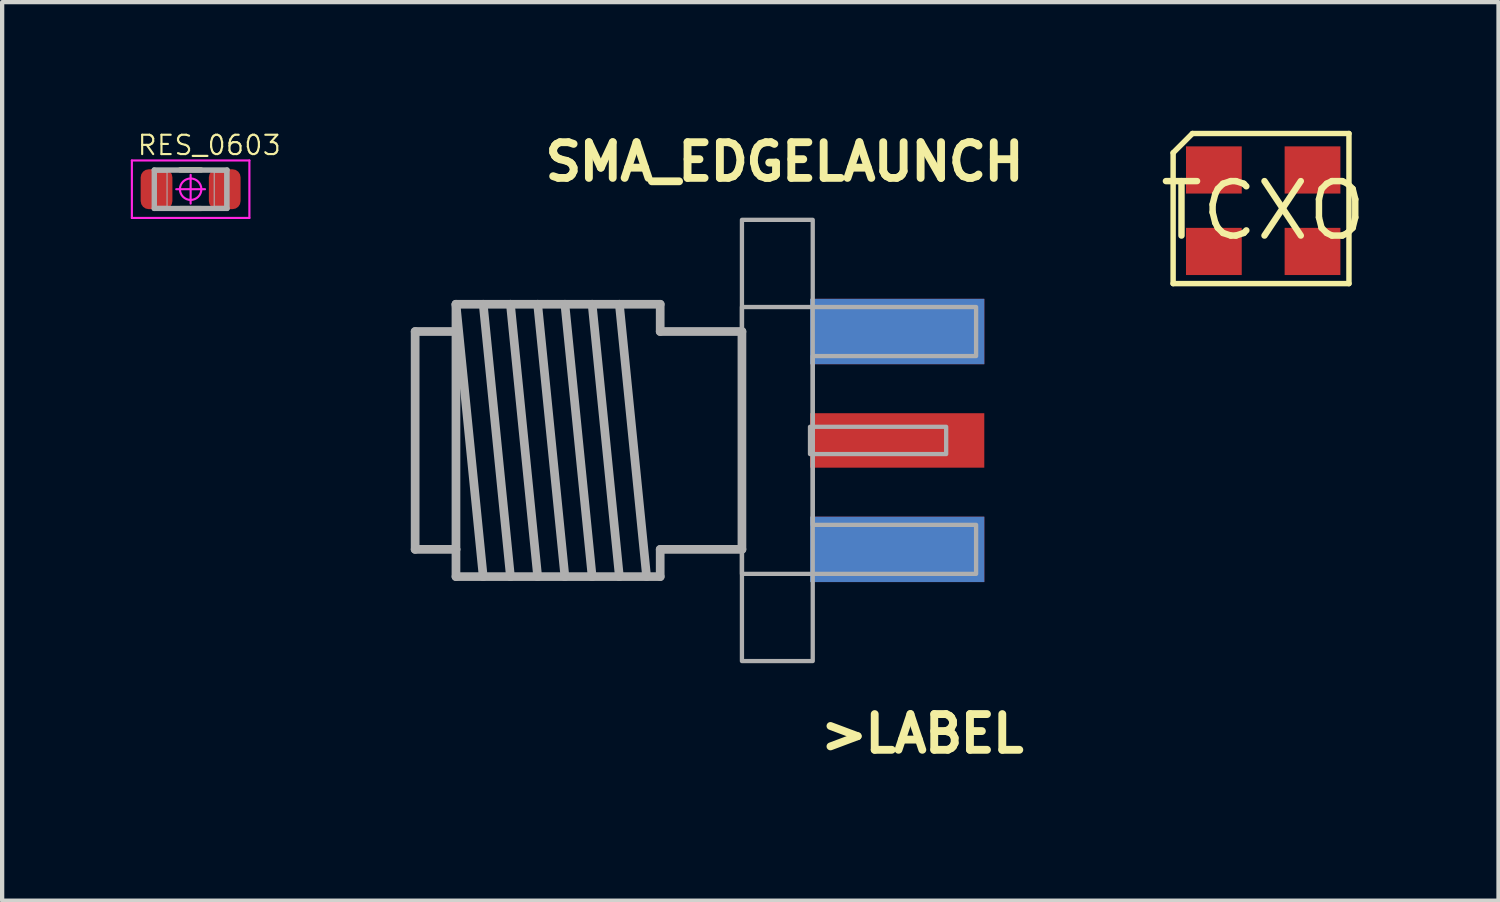
<source format=kicad_pcb>
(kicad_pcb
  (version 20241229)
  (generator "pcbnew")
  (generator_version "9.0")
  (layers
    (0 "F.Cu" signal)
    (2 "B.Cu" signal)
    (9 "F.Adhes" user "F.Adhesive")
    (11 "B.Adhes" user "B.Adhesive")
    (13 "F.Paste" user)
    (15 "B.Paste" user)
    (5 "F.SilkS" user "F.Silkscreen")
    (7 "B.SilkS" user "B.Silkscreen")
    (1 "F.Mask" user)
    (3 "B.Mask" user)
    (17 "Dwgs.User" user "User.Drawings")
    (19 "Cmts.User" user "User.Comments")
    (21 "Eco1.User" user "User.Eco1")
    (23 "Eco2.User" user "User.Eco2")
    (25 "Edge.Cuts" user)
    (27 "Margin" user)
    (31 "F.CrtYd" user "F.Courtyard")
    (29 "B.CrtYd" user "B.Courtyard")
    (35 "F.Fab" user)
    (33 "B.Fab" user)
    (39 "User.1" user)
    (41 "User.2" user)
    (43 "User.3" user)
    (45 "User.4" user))
  (footprint "RES_0603"
    (layer "F.Cu")
    (at 1.395 1.362)
    (property "Reference" "RES_0603" (at -1.27 -0.762 0) (layer "F.SilkS") (effects (font (size 0.45 0.45) (thickness 0.05)) (justify left bottom)))
    (fp_poly (pts (xy -0.585 -0.468) (xy -0.555 -0.46) (xy -0.526 -0.449) (xy -0.5 -0.433) (xy -0.477 -0.413) (xy -0.457 -0.39) (xy -0.441 -0.364) (xy -0.43 -0.335) (xy -0.422 -0.305) (xy -0.42 0.275) (xy -0.422 0.305) (xy -0.43 0.335) (xy -0.441 0.364) (xy -0.457 0.39) (xy -0.477 0.413) (xy -0.5 0.433) (xy -0.526 0.449) (xy -0.555 0.46) (xy -0.585 0.468) (xy -0.615 0.47) (xy -0.975 0.47) (xy -1.005 0.468) (xy -1.035 0.46) (xy -1.064 0.449) (xy -1.09 0.433) (xy -1.113 0.413) (xy -1.133 0.39) (xy -1.149 0.364) (xy -1.16 0.335) (xy -1.168 0.305) (xy -1.17 -0.275) (xy -1.168 -0.305) (xy -1.16 -0.335) (xy -1.149 -0.364) (xy -1.133 -0.39) (xy -1.113 -0.413) (xy -1.09 -0.433) (xy -1.064 -0.449) (xy -1.035 -0.46) (xy -1.005 -0.468) (xy -0.975 -0.47) (xy -0.615 -0.47)) (stroke (width 0) (type default)) (fill yes) (layer "F.Mask"))
    (fp_poly (pts (xy 1.005 -0.468) (xy 1.035 -0.46) (xy 1.064 -0.449) (xy 1.09 -0.433) (xy 1.113 -0.413) (xy 1.133 -0.39) (xy 1.149 -0.364) (xy 1.16 -0.335) (xy 1.168 -0.305) (xy 1.17 0.275) (xy 1.168 0.305) (xy 1.16 0.335) (xy 1.149 0.364) (xy 1.133 0.39) (xy 1.113 0.413) (xy 1.09 0.433) (xy 1.064 0.449) (xy 1.035 0.46) (xy 1.005 0.468) (xy 0.975 0.47) (xy 0.615 0.47) (xy 0.585 0.468) (xy 0.555 0.46) (xy 0.526 0.449) (xy 0.5 0.433) (xy 0.477 0.413) (xy 0.457 0.39) (xy 0.441 0.364) (xy 0.43 0.335) (xy 0.422 0.305) (xy 0.42 -0.275) (xy 0.422 -0.305) (xy 0.43 -0.335) (xy 0.441 -0.364) (xy 0.457 -0.39) (xy 0.477 -0.413) (xy 0.5 -0.433) (xy 0.526 -0.449) (xy 0.555 -0.46) (xy 0.585 -0.468) (xy 0.615 -0.47) (xy 0.975 -0.47)) (stroke (width 0) (type default)) (fill yes) (layer "F.Mask"))
    (fp_line (start -0.245 -0.45) (end 0.245 -0.45) (stroke (width 0.12) (type solid)) (layer "F.SilkS"))
    (fp_line (start -0.245 0.45) (end 0.245 0.45) (stroke (width 0.12) (type solid)) (layer "F.SilkS"))
    (fp_poly (pts (xy -0.585 -0.468) (xy -0.555 -0.46) (xy -0.526 -0.449) (xy -0.5 -0.433) (xy -0.477 -0.413) (xy -0.457 -0.39) (xy -0.441 -0.364) (xy -0.43 -0.335) (xy -0.422 -0.305) (xy -0.42 0.275) (xy -0.422 0.305) (xy -0.43 0.335) (xy -0.441 0.364) (xy -0.457 0.39) (xy -0.477 0.413) (xy -0.5 0.433) (xy -0.526 0.449) (xy -0.555 0.46) (xy -0.585 0.468) (xy -0.615 0.47) (xy -0.975 0.47) (xy -1.005 0.468) (xy -1.035 0.46) (xy -1.064 0.449) (xy -1.09 0.433) (xy -1.113 0.413) (xy -1.133 0.39) (xy -1.149 0.364) (xy -1.16 0.335) (xy -1.168 0.305) (xy -1.17 -0.275) (xy -1.168 -0.305) (xy -1.16 -0.335) (xy -1.149 -0.364) (xy -1.133 -0.39) (xy -1.113 -0.413) (xy -1.09 -0.433) (xy -1.064 -0.449) (xy -1.035 -0.46) (xy -1.005 -0.468) (xy -0.975 -0.47) (xy -0.615 -0.47)) (stroke (width 0) (type default)) (fill yes) (layer "F.Paste"))
    (fp_poly (pts (xy 1.005 -0.468) (xy 1.035 -0.46) (xy 1.064 -0.449) (xy 1.09 -0.433) (xy 1.113 -0.413) (xy 1.133 -0.39) (xy 1.149 -0.364) (xy 1.16 -0.335) (xy 1.168 -0.305) (xy 1.17 0.275) (xy 1.168 0.305) (xy 1.16 0.335) (xy 1.149 0.364) (xy 1.133 0.39) (xy 1.113 0.413) (xy 1.09 0.433) (xy 1.064 0.449) (xy 1.035 0.46) (xy 1.005 0.468) (xy 0.975 0.47) (xy 0.615 0.47) (xy 0.585 0.468) (xy 0.555 0.46) (xy 0.526 0.449) (xy 0.5 0.433) (xy 0.477 0.413) (xy 0.457 0.39) (xy 0.441 0.364) (xy 0.43 0.335) (xy 0.422 0.305) (xy 0.42 -0.275) (xy 0.422 -0.305) (xy 0.43 -0.335) (xy 0.441 -0.364) (xy 0.457 -0.39) (xy 0.477 -0.413) (xy 0.5 -0.433) (xy 0.526 -0.449) (xy 0.555 -0.46) (xy 0.585 -0.468) (xy 0.615 -0.47) (xy 0.975 -0.47)) (stroke (width 0) (type default)) (fill yes) (layer "F.Paste"))
    (fp_line (start -1.37 -0.67) (end 1.37 -0.67) (stroke (width 0.05) (type solid)) (layer "F.CrtYd"))
    (fp_line (start -1.37 0.67) (end -1.37 -0.67) (stroke (width 0.05) (type solid)) (layer "F.CrtYd"))
    (fp_line (start 0 -0.335) (end 0 0.335) (stroke (width 0.05) (type solid)) (layer "F.CrtYd"))
    (fp_line (start 0.335 0) (end -0.335 0) (stroke (width 0.05) (type solid)) (layer "F.CrtYd"))
    (fp_line (start 1.37 -0.67) (end 1.37 0.67) (stroke (width 0.05) (type solid)) (layer "F.CrtYd"))
    (fp_line (start 1.37 0.67) (end -1.37 0.67) (stroke (width 0.05) (type solid)) (layer "F.CrtYd"))
    (fp_circle (center 0 0) (end 0.25 0) (stroke (width 0.05) (type solid)) (fill no) (layer "F.CrtYd"))
    (fp_line (start -0.85 -0.45) (end 0.85 -0.45) (stroke (width 0.12) (type solid)) (layer "F.Fab"))
    (fp_line (start -0.85 0.45) (end -0.85 -0.45) (stroke (width 0.12) (type solid)) (layer "F.Fab"))
    (fp_line (start -0.8 -0.4) (end -0.55 -0.4) (stroke (width 0.025) (type solid)) (layer "F.Fab"))
    (fp_line (start -0.8 -0.4) (end 0.8 -0.4) (stroke (width 0.025) (type solid)) (layer "F.Fab"))
    (fp_line (start -0.8 0.4) (end -0.8 -0.4) (stroke (width 0.025) (type solid)) (layer "F.Fab"))
    (fp_line (start -0.8 0.4) (end -0.8 -0.4) (stroke (width 0.025) (type solid)) (layer "F.Fab"))
    (fp_line (start -0.55 -0.4) (end -0.55 0.4) (stroke (width 0.025) (type solid)) (layer "F.Fab"))
    (fp_line (start -0.55 0.4) (end -0.8 0.4) (stroke (width 0.025) (type solid)) (layer "F.Fab"))
    (fp_line (start 0.55 -0.4) (end 0.8 -0.4) (stroke (width 0.025) (type solid)) (layer "F.Fab"))
    (fp_line (start 0.55 0.4) (end 0.55 -0.4) (stroke (width 0.025) (type solid)) (layer "F.Fab"))
    (fp_line (start 0.8 -0.4) (end 0.8 0.4) (stroke (width 0.025) (type solid)) (layer "F.Fab"))
    (fp_line (start 0.8 -0.4) (end 0.8 0.4) (stroke (width 0.025) (type solid)) (layer "F.Fab"))
    (fp_line (start 0.8 0.4) (end -0.8 0.4) (stroke (width 0.025) (type solid)) (layer "F.Fab"))
    (fp_line (start 0.8 0.4) (end 0.55 0.4) (stroke (width 0.025) (type solid)) (layer "F.Fab"))
    (fp_line (start 0.85 -0.45) (end 0.85 0.45) (stroke (width 0.12) (type solid)) (layer "F.Fab"))
    (fp_line (start 0.85 0.45) (end -0.85 0.45) (stroke (width 0.12) (type solid)) (layer "F.Fab"))
    (pad "1" smd roundrect (at -0.795 0 180) (size 0.74 0.93) (layers "F.Cu" "F.Mask" "F.Paste") (roundrect_rratio 0.255))
    (pad "2" smd roundrect (at 0.795 0) (size 0.74 0.93) (layers "F.Cu" "F.Mask" "F.Paste") (roundrect_rratio 0.255)))
  (footprint "TCXO"
    (layer "F.Cu")
    (at 26.404 1.863)
    (property "Reference" "TCXO" (at 0 0 0) (layer "F.SilkS") (effects (font (size 1.27 1.27) (thickness 0.15))))
    (fp_line (start -2.1 -1.35) (end -1.65 -1.8) (stroke (width 0.127) (type solid)) (layer "F.SilkS"))
    (fp_line (start -2.1 1.7) (end -2.1 -1.35) (stroke (width 0.127) (type solid)) (layer "F.SilkS"))
    (fp_line (start -2.1 1.7) (end 2 1.7) (stroke (width 0.127) (type solid)) (layer "F.SilkS"))
    (fp_line (start -1.65 -1.8) (end 2 -1.8) (stroke (width 0.127) (type solid)) (layer "F.SilkS"))
    (fp_line (start 2 1.7) (end 2 -1.8) (stroke (width 0.127) (type solid)) (layer "F.SilkS"))
    (pad "E/D" smd rect (at 1.15 -0.95 90) (size 1.1 1.3) (layers "F.Cu" "F.Mask" "F.Paste"))
    (pad "GND" smd rect (at -1.15 -0.95 90) (size 1.1 1.3) (layers "F.Cu" "F.Mask" "F.Paste"))
    (pad "OSC" smd rect (at -1.15 0.95 90) (size 1.1 1.3) (layers "F.Cu" "F.Mask" "F.Paste"))
    (pad "VCC" smd rect (at 1.15 0.95 90) (size 1.1 1.3) (layers "F.Cu" "F.Mask" "F.Paste")))
  (footprint "SMA_EDGELAUNCH"
    (layer "F.Cu")
    (at 15.837 7.22)
    (property "Reference" "SMA_EDGELAUNCH" (at 5.08 -6.985 0) (layer "F.SilkS") (effects (font (size 0.833 0.833) (thickness 0.183)) (justify right top)))
    (fp_line (start -9.207 -2.54) (end -8.255 -2.54) (stroke (width 0.203) (type solid)) (layer "F.Fab"))
    (fp_line (start -9.207 2.54) (end -9.207 -2.54) (stroke (width 0.203) (type solid)) (layer "F.Fab"))
    (fp_line (start -8.255 -3.175) (end -7.62 -3.175) (stroke (width 0.203) (type solid)) (layer "F.Fab"))
    (fp_line (start -8.255 -3.175) (end -7.62 3.175) (stroke (width 0.203) (type solid)) (layer "F.Fab"))
    (fp_line (start -8.255 -2.54) (end -8.255 -3.175) (stroke (width 0.203) (type solid)) (layer "F.Fab"))
    (fp_line (start -8.255 -2.54) (end -8.255 2.54) (stroke (width 0.203) (type solid)) (layer "F.Fab"))
    (fp_line (start -8.255 2.54) (end -9.207 2.54) (stroke (width 0.203) (type solid)) (layer "F.Fab"))
    (fp_line (start -8.255 3.175) (end -8.255 2.54) (stroke (width 0.203) (type solid)) (layer "F.Fab"))
    (fp_line (start -7.62 -3.175) (end -6.985 -3.175) (stroke (width 0.203) (type solid)) (layer "F.Fab"))
    (fp_line (start -7.62 -3.175) (end -6.985 3.175) (stroke (width 0.203) (type solid)) (layer "F.Fab"))
    (fp_line (start -7.62 3.175) (end -8.255 3.175) (stroke (width 0.203) (type solid)) (layer "F.Fab"))
    (fp_line (start -6.985 -3.175) (end -6.35 -3.175) (stroke (width 0.203) (type solid)) (layer "F.Fab"))
    (fp_line (start -6.985 -3.175) (end -6.35 3.175) (stroke (width 0.203) (type solid)) (layer "F.Fab"))
    (fp_line (start -6.985 3.175) (end -7.62 3.175) (stroke (width 0.203) (type solid)) (layer "F.Fab"))
    (fp_line (start -6.35 -3.175) (end -5.715 -3.175) (stroke (width 0.203) (type solid)) (layer "F.Fab"))
    (fp_line (start -6.35 -3.175) (end -5.715 3.175) (stroke (width 0.203) (type solid)) (layer "F.Fab"))
    (fp_line (start -6.35 3.175) (end -6.985 3.175) (stroke (width 0.203) (type solid)) (layer "F.Fab"))
    (fp_line (start -5.715 -3.175) (end -5.08 -3.175) (stroke (width 0.203) (type solid)) (layer "F.Fab"))
    (fp_line (start -5.715 -3.175) (end -5.08 3.175) (stroke (width 0.203) (type solid)) (layer "F.Fab"))
    (fp_line (start -5.715 3.175) (end -6.35 3.175) (stroke (width 0.203) (type solid)) (layer "F.Fab"))
    (fp_line (start -5.08 -3.175) (end -4.445 -3.175) (stroke (width 0.203) (type solid)) (layer "F.Fab"))
    (fp_line (start -5.08 -3.175) (end -4.445 3.175) (stroke (width 0.203) (type solid)) (layer "F.Fab"))
    (fp_line (start -5.08 3.175) (end -5.715 3.175) (stroke (width 0.203) (type solid)) (layer "F.Fab"))
    (fp_line (start -4.445 -3.175) (end -3.81 3.175) (stroke (width 0.203) (type solid)) (layer "F.Fab"))
    (fp_line (start -4.445 -3.175) (end -3.493 -3.175) (stroke (width 0.203) (type solid)) (layer "F.Fab"))
    (fp_line (start -4.445 3.175) (end -5.08 3.175) (stroke (width 0.203) (type solid)) (layer "F.Fab"))
    (fp_line (start -3.493 -3.175) (end -3.493 -2.54) (stroke (width 0.203) (type solid)) (layer "F.Fab"))
    (fp_line (start -3.493 -2.54) (end -1.587 -2.54) (stroke (width 0.203) (type solid)) (layer "F.Fab"))
    (fp_line (start -3.493 2.54) (end -3.493 3.175) (stroke (width 0.203) (type solid)) (layer "F.Fab"))
    (fp_line (start -3.493 3.175) (end -4.445 3.175) (stroke (width 0.203) (type solid)) (layer "F.Fab"))
    (fp_line (start -1.587 -2.54) (end -1.587 2.54) (stroke (width 0.203) (type solid)) (layer "F.Fab"))
    (fp_line (start -1.587 2.54) (end -3.493 2.54) (stroke (width 0.203) (type solid)) (layer "F.Fab"))
    (fp_poly (pts (xy 0 0.318) (xy 3.175 0.318) (xy 3.175 -0.318) (xy 0 -0.318)) (stroke (width 0.1) (type default)) (fill no) (layer "F.Fab"))
    (fp_poly (pts (xy 0.064 5.144) (xy -1.587 5.144) (xy -1.587 -5.144) (xy 0.064 -5.144)) (stroke (width 0.1) (type default)) (fill no) (layer "F.Fab"))
    (fp_poly (pts (xy 3.873 -1.968) (xy 0.064 -1.968) (xy 0.064 -1.968) (xy 0.064 1.968) (xy 0.064 1.968) (xy 3.873 1.968) (xy 3.873 3.111) (xy -1.587 3.111) (xy -1.587 -3.111) (xy 3.873 -3.111)) (stroke (width 0.1) (type default)) (fill no) (layer "F.Fab"))
    (fp_text user ">LABEL" (at 5.08 6.35 0) (layer "F.SilkS") (effects (font (size 0.833 0.833) (thickness 0.183)) (justify right top)))
    (pad "GND@1" smd rect (at 2.032 2.54 90) (size 1.524 4.064) (layers "F.Cu" "F.Mask"))
    (pad "GND@2" smd rect (at 2.032 -2.54 90) (size 1.524 4.064) (layers "F.Cu" "F.Mask"))
    (pad "GND@3" smd rect (at 2.032 -2.54 90) (size 1.524 4.064) (layers "B.Cu" "B.Mask"))
    (pad "GND@4" smd rect (at 2.032 2.54 90) (size 1.524 4.064) (layers "B.Cu" "B.Mask"))
    (pad "P" smd rect (at 2.032 0 90) (size 1.27 4.064) (layers "F.Cu" "F.Mask")))
  (gr_rect
    (start -3 -3)
    (end 31.891 17.952)
    (stroke (width 0.1) (type default))
    (fill no)
    (layer "Edge.Cuts")))
</source>
